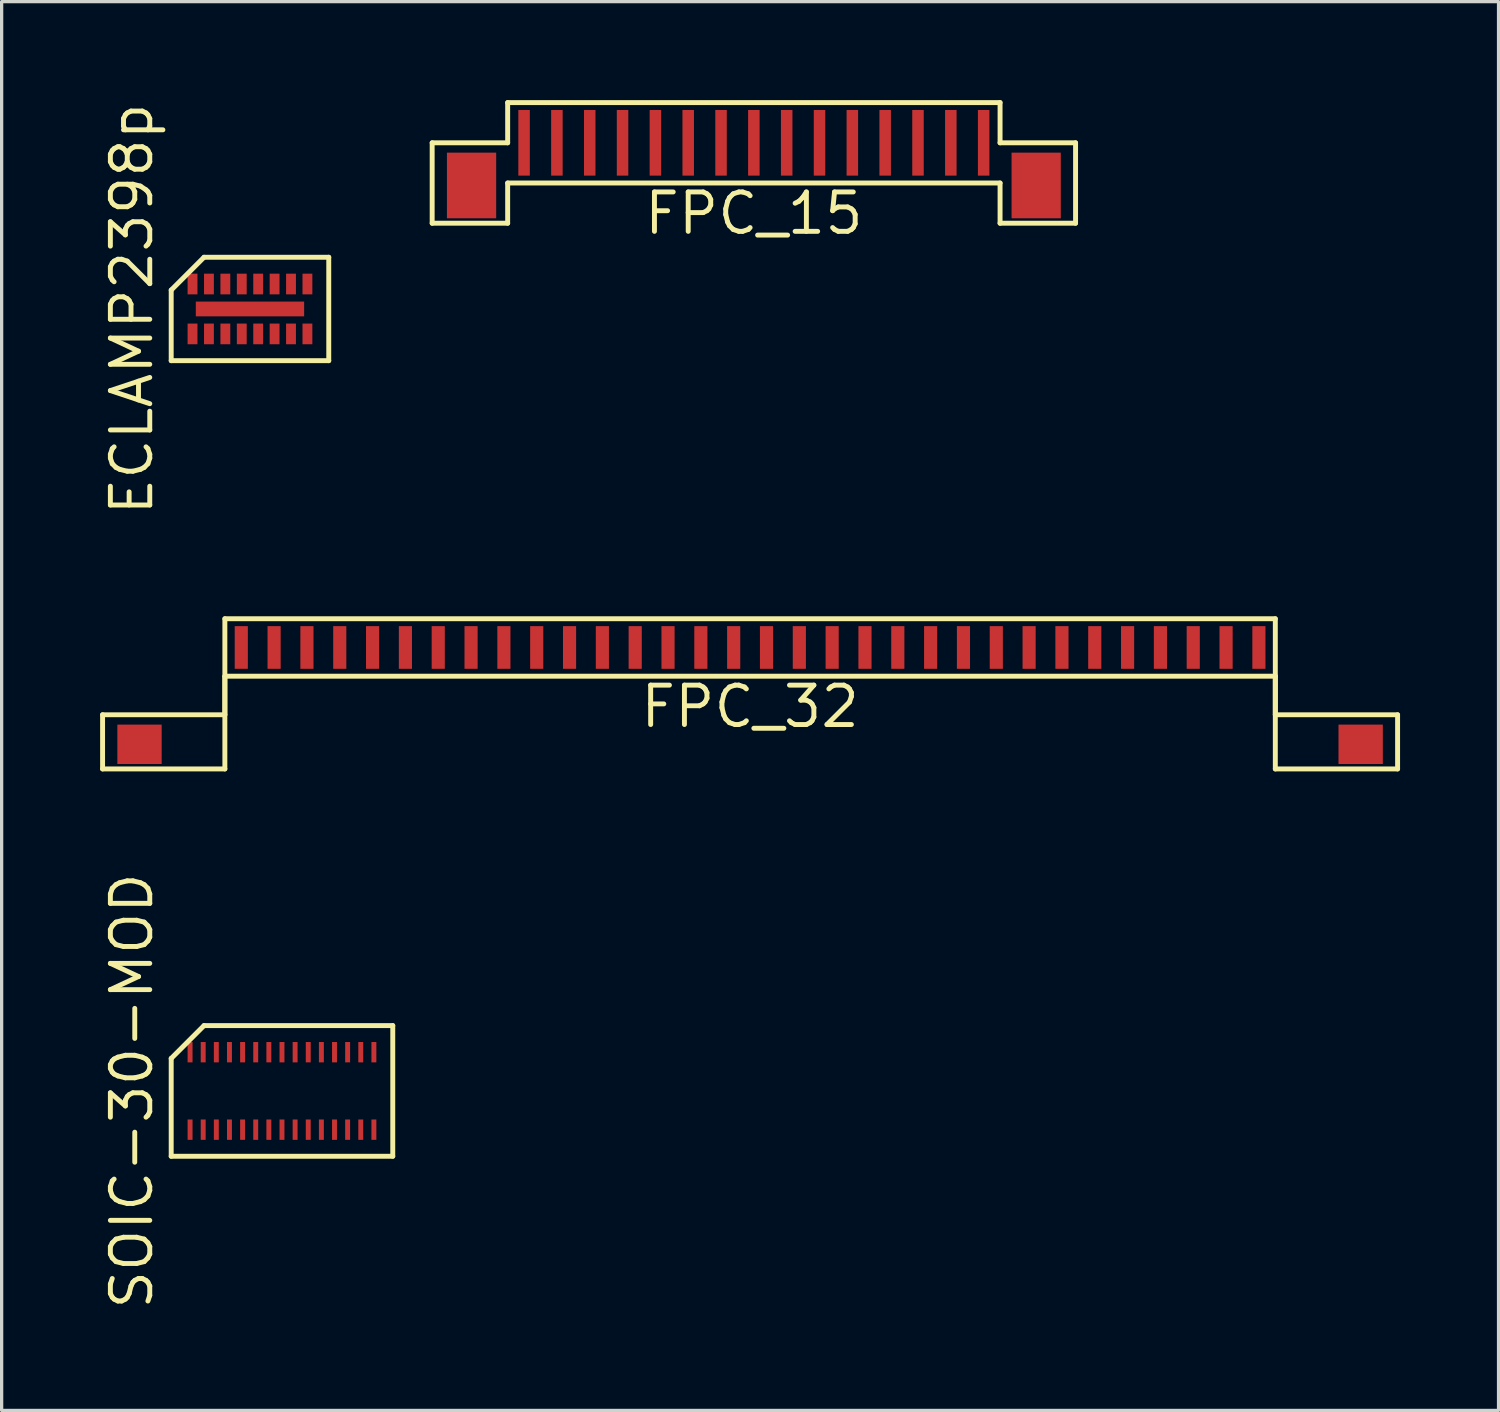
<source format=kicad_pcb>
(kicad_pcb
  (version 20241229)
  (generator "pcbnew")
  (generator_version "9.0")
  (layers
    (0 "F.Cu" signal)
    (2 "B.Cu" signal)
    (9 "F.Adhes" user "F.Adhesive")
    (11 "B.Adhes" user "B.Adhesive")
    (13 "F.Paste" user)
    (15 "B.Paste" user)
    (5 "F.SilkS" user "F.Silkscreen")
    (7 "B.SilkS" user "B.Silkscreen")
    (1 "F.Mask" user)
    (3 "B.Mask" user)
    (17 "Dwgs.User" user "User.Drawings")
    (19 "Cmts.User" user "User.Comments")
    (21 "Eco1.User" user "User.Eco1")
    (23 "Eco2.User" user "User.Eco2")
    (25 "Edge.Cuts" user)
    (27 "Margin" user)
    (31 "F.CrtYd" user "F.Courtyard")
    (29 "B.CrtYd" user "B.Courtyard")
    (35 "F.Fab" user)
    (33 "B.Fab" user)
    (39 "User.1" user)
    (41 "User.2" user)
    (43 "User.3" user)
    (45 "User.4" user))
  (footprint "FPC_15"
    (layer "F.Cu")
    (at 19.915 1.3)
    (property "Reference" "FPC_15" (at 0 2.15 0) (layer "F.SilkS") (effects (font (size 1.2 1.2) (thickness 0.15))))
    (attr through_hole)
    (fp_line (start -9.8 0) (end -7.5 0) (stroke (width 0.15) (type solid)) (layer "F.SilkS"))
    (fp_line (start -9.8 2.45) (end -9.8 0) (stroke (width 0.15) (type solid)) (layer "F.SilkS"))
    (fp_line (start -7.5 -1.225) (end 7.5 -1.225) (stroke (width 0.15) (type solid)) (layer "F.SilkS"))
    (fp_line (start -7.5 0) (end -7.5 -1.225) (stroke (width 0.15) (type solid)) (layer "F.SilkS"))
    (fp_line (start -7.5 1.225) (end -7.5 2.45) (stroke (width 0.15) (type solid)) (layer "F.SilkS"))
    (fp_line (start -7.5 1.225) (end 7.5 1.225) (stroke (width 0.15) (type solid)) (layer "F.SilkS"))
    (fp_line (start -7.5 2.45) (end -9.8 2.45) (stroke (width 0.15) (type solid)) (layer "F.SilkS"))
    (fp_line (start 7.5 0) (end 7.5 -1.225) (stroke (width 0.15) (type solid)) (layer "F.SilkS"))
    (fp_line (start 7.5 1.225) (end 7.5 2.45) (stroke (width 0.15) (type solid)) (layer "F.SilkS"))
    (fp_line (start 7.5 2.45) (end 9.8 2.45) (stroke (width 0.15) (type solid)) (layer "F.SilkS"))
    (fp_line (start 9.8 0) (end 7.5 0) (stroke (width 0.15) (type solid)) (layer "F.SilkS"))
    (fp_line (start 9.8 2.45) (end 9.8 0) (stroke (width 0.15) (type solid)) (layer "F.SilkS"))
    (pad "0" smd rect (at -8.6 1.3) (size 1.5 2) (layers "F.Cu" "F.Mask" "F.Paste"))
    (pad "0" smd rect (at 8.6 1.3) (size 1.5 2) (layers "F.Cu" "F.Mask" "F.Paste"))
    (pad "1" smd rect (at -7 0) (size 0.35 2) (layers "F.Cu" "F.Mask" "F.Paste"))
    (pad "2" smd rect (at -6 0) (size 0.35 2) (layers "F.Cu" "F.Mask" "F.Paste"))
    (pad "3" smd rect (at -5 0) (size 0.35 2) (layers "F.Cu" "F.Mask" "F.Paste"))
    (pad "4" smd rect (at -4 0) (size 0.35 2) (layers "F.Cu" "F.Mask" "F.Paste"))
    (pad "5" smd rect (at -3 0) (size 0.35 2) (layers "F.Cu" "F.Mask" "F.Paste"))
    (pad "6" smd rect (at -2 0) (size 0.35 2) (layers "F.Cu" "F.Mask" "F.Paste"))
    (pad "7" smd rect (at -1 0) (size 0.35 2) (layers "F.Cu" "F.Mask" "F.Paste"))
    (pad "8" smd rect (at 0 0) (size 0.35 2) (layers "F.Cu" "F.Mask" "F.Paste"))
    (pad "9" smd rect (at 1 0) (size 0.35 2) (layers "F.Cu" "F.Mask" "F.Paste"))
    (pad "10" smd rect (at 2 0) (size 0.35 2) (layers "F.Cu" "F.Mask" "F.Paste"))
    (pad "11" smd rect (at 3 0) (size 0.35 2) (layers "F.Cu" "F.Mask" "F.Paste"))
    (pad "12" smd rect (at 4 0) (size 0.35 2) (layers "F.Cu" "F.Mask" "F.Paste"))
    (pad "13" smd rect (at 5 0) (size 0.35 2) (layers "F.Cu" "F.Mask" "F.Paste"))
    (pad "14" smd rect (at 6 0) (size 0.35 2) (layers "F.Cu" "F.Mask" "F.Paste"))
    (pad "15" smd rect (at 7 0) (size 0.35 2) (layers "F.Cu" "F.Mask" "F.Paste")))
  (footprint "ECLAMP2398p"
    (layer "F.Cu")
    (at 4.565 6.362)
    (property "Reference" "ECLAMP2398p" (at -3.6 0 90) (layer "F.SilkS") (effects (font (size 1.2 1.2) (thickness 0.15))))
    (attr through_hole)
    (fp_line (start -2.4 -0.575) (end -2.4 1.575) (stroke (width 0.15) (type solid)) (layer "F.SilkS"))
    (fp_line (start -2.4 1.575) (end 2.4 1.575) (stroke (width 0.15) (type solid)) (layer "F.SilkS"))
    (fp_line (start -1.4 -1.575) (end -2.4 -0.575) (stroke (width 0.15) (type solid)) (layer "F.SilkS"))
    (fp_line (start 2.4 -1.575) (end -1.4 -1.575) (stroke (width 0.15) (type solid)) (layer "F.SilkS"))
    (fp_line (start 2.4 1.575) (end 2.4 -1.575) (stroke (width 0.15) (type solid)) (layer "F.SilkS"))
    (pad "1" smd rect (at -1.75 0.76) (size 0.3 0.63) (layers "F.Cu" "F.Mask" "F.Paste"))
    (pad "2" smd rect (at -1.25 0.76) (size 0.3 0.63) (layers "F.Cu" "F.Mask" "F.Paste"))
    (pad "3" smd rect (at -0.75 0.76) (size 0.3 0.63) (layers "F.Cu" "F.Mask" "F.Paste"))
    (pad "4" smd rect (at -0.25 0.76) (size 0.3 0.63) (layers "F.Cu" "F.Mask" "F.Paste"))
    (pad "5" smd rect (at 0.25 0.76) (size 0.3 0.63) (layers "F.Cu" "F.Mask" "F.Paste"))
    (pad "6" smd rect (at 0.75 0.76) (size 0.3 0.63) (layers "F.Cu" "F.Mask" "F.Paste"))
    (pad "7" smd rect (at 1.25 0.76) (size 0.3 0.63) (layers "F.Cu" "F.Mask" "F.Paste"))
    (pad "8" smd rect (at 1.75 0.76) (size 0.3 0.63) (layers "F.Cu" "F.Mask" "F.Paste"))
    (pad "9" smd rect (at 1.75 -0.76) (size 0.3 0.63) (layers "F.Cu" "F.Mask" "F.Paste"))
    (pad "10" smd rect (at 1.25 -0.76) (size 0.3 0.63) (layers "F.Cu" "F.Mask" "F.Paste"))
    (pad "11" smd rect (at 0.75 -0.76) (size 0.3 0.63) (layers "F.Cu" "F.Mask" "F.Paste"))
    (pad "12" smd rect (at 0.25 -0.76) (size 0.3 0.63) (layers "F.Cu" "F.Mask" "F.Paste"))
    (pad "13" smd rect (at -0.25 -0.76) (size 0.3 0.63) (layers "F.Cu" "F.Mask" "F.Paste"))
    (pad "14" smd rect (at -0.75 -0.76) (size 0.3 0.63) (layers "F.Cu" "F.Mask" "F.Paste"))
    (pad "15" smd rect (at -1.25 -0.76) (size 0.3 0.63) (layers "F.Cu" "F.Mask" "F.Paste"))
    (pad "16" smd rect (at -1.75 -0.76) (size 0.3 0.63) (layers "F.Cu" "F.Mask" "F.Paste"))
    (pad "GND" smd rect (at 0 0) (size 3.3 0.45) (layers "F.Cu" "F.Mask" "F.Paste")))
  (footprint "SOIC-30-MOD"
    (layer "F.Cu")
    (at 5.54 30.183)
    (property "Reference" "SOIC-30-MOD" (at -4.575 0 90) (layer "F.SilkS") (effects (font (size 1.2 1.2) (thickness 0.15))))
    (attr through_hole)
    (fp_line (start -3.375 -0.99) (end -3.375 1.99) (stroke (width 0.15) (type solid)) (layer "F.SilkS"))
    (fp_line (start -3.375 1.99) (end 3.375 1.99) (stroke (width 0.15) (type solid)) (layer "F.SilkS"))
    (fp_line (start -2.375 -1.99) (end -3.375 -0.99) (stroke (width 0.15) (type solid)) (layer "F.SilkS"))
    (fp_line (start 3.375 -1.99) (end -2.375 -1.99) (stroke (width 0.15) (type solid)) (layer "F.SilkS"))
    (fp_line (start 3.375 1.99) (end 3.375 -1.99) (stroke (width 0.15) (type solid)) (layer "F.SilkS"))
    (pad "1" smd rect (at -2.8 1.18) (size 0.15 0.62) (layers "F.Cu" "F.Mask" "F.Paste"))
    (pad "2" smd rect (at -2.8 -1.18) (size 0.15 0.62) (layers "F.Cu" "F.Mask" "F.Paste"))
    (pad "3" smd rect (at -2.4 1.18) (size 0.15 0.62) (layers "F.Cu" "F.Mask" "F.Paste"))
    (pad "4" smd rect (at -2.4 -1.18) (size 0.15 0.62) (layers "F.Cu" "F.Mask" "F.Paste"))
    (pad "5" smd rect (at -2 1.18) (size 0.15 0.62) (layers "F.Cu" "F.Mask" "F.Paste"))
    (pad "6" smd rect (at -2 -1.18) (size 0.15 0.62) (layers "F.Cu" "F.Mask" "F.Paste"))
    (pad "7" smd rect (at -1.6 1.18) (size 0.15 0.62) (layers "F.Cu" "F.Mask" "F.Paste"))
    (pad "8" smd rect (at -1.6 -1.18) (size 0.15 0.62) (layers "F.Cu" "F.Mask" "F.Paste"))
    (pad "9" smd rect (at -1.2 1.18) (size 0.15 0.62) (layers "F.Cu" "F.Mask" "F.Paste"))
    (pad "10" smd rect (at -1.2 -1.18) (size 0.15 0.62) (layers "F.Cu" "F.Mask" "F.Paste"))
    (pad "11" smd rect (at -0.8 1.18) (size 0.15 0.62) (layers "F.Cu" "F.Mask" "F.Paste"))
    (pad "12" smd rect (at -0.8 -1.18) (size 0.15 0.62) (layers "F.Cu" "F.Mask" "F.Paste"))
    (pad "13" smd rect (at -0.4 1.18) (size 0.15 0.62) (layers "F.Cu" "F.Mask" "F.Paste"))
    (pad "14" smd rect (at -0.4 -1.18) (size 0.15 0.62) (layers "F.Cu" "F.Mask" "F.Paste"))
    (pad "15" smd rect (at 0 1.18) (size 0.15 0.62) (layers "F.Cu" "F.Mask" "F.Paste"))
    (pad "16" smd rect (at 0 -1.18) (size 0.15 0.62) (layers "F.Cu" "F.Mask" "F.Paste"))
    (pad "17" smd rect (at 0.4 1.18) (size 0.15 0.62) (layers "F.Cu" "F.Mask" "F.Paste"))
    (pad "18" smd rect (at 0.4 -1.18) (size 0.15 0.62) (layers "F.Cu" "F.Mask" "F.Paste"))
    (pad "19" smd rect (at 0.8 1.18) (size 0.15 0.62) (layers "F.Cu" "F.Mask" "F.Paste"))
    (pad "20" smd rect (at 0.8 -1.18) (size 0.15 0.62) (layers "F.Cu" "F.Mask" "F.Paste"))
    (pad "21" smd rect (at 1.2 1.18) (size 0.15 0.62) (layers "F.Cu" "F.Mask" "F.Paste"))
    (pad "22" smd rect (at 1.2 -1.18) (size 0.15 0.62) (layers "F.Cu" "F.Mask" "F.Paste"))
    (pad "23" smd rect (at 1.6 1.18) (size 0.15 0.62) (layers "F.Cu" "F.Mask" "F.Paste"))
    (pad "24" smd rect (at 1.6 -1.18) (size 0.15 0.62) (layers "F.Cu" "F.Mask" "F.Paste"))
    (pad "25" smd rect (at 2 1.18) (size 0.15 0.62) (layers "F.Cu" "F.Mask" "F.Paste"))
    (pad "26" smd rect (at 2 -1.18) (size 0.15 0.62) (layers "F.Cu" "F.Mask" "F.Paste"))
    (pad "27" smd rect (at 2.4 1.18) (size 0.15 0.62) (layers "F.Cu" "F.Mask" "F.Paste"))
    (pad "28" smd rect (at 2.4 -1.18) (size 0.15 0.62) (layers "F.Cu" "F.Mask" "F.Paste"))
    (pad "29" smd rect (at 2.8 1.18) (size 0.15 0.62) (layers "F.Cu" "F.Mask" "F.Paste"))
    (pad "30" smd rect (at 2.8 -1.18) (size 0.15 0.62) (layers "F.Cu" "F.Mask" "F.Paste")))
  (footprint "FPC_32"
    (layer "F.Cu")
    (at 19.8 16.674)
    (property "Reference" "FPC_32" (at 0 1.8 0) (layer "F.SilkS") (effects (font (size 1.2 1.2) (thickness 0.15))))
    (attr through_hole)
    (fp_line (start -19.725 2.05) (end -16 2.05) (stroke (width 0.15) (type solid)) (layer "F.SilkS"))
    (fp_line (start -19.725 3.7) (end -19.725 2.05) (stroke (width 0.15) (type solid)) (layer "F.SilkS"))
    (fp_line (start -16 -0.875) (end 16 -0.875) (stroke (width 0.15) (type solid)) (layer "F.SilkS"))
    (fp_line (start -16 0.875) (end -16 3.7) (stroke (width 0.15) (type solid)) (layer "F.SilkS"))
    (fp_line (start -16 0.875) (end 16 0.875) (stroke (width 0.15) (type solid)) (layer "F.SilkS"))
    (fp_line (start -16 2.05) (end -16 -0.875) (stroke (width 0.15) (type solid)) (layer "F.SilkS"))
    (fp_line (start -16 3.7) (end -19.725 3.7) (stroke (width 0.15) (type solid)) (layer "F.SilkS"))
    (fp_line (start 16 0.875) (end 16 3.7) (stroke (width 0.15) (type solid)) (layer "F.SilkS"))
    (fp_line (start 16 2.05) (end 16 -0.875) (stroke (width 0.15) (type solid)) (layer "F.SilkS"))
    (fp_line (start 16 3.7) (end 19.725 3.7) (stroke (width 0.15) (type solid)) (layer "F.SilkS"))
    (fp_line (start 19.725 2.05) (end 16 2.05) (stroke (width 0.15) (type solid)) (layer "F.SilkS"))
    (fp_line (start 19.725 3.7) (end 19.725 2.05) (stroke (width 0.15) (type solid)) (layer "F.SilkS"))
    (pad "0" smd rect (at -18.6 2.95) (size 1.35 1.2) (layers "F.Cu" "F.Mask" "F.Paste"))
    (pad "0" smd rect (at 18.6 2.95) (size 1.35 1.2) (layers "F.Cu" "F.Mask" "F.Paste"))
    (pad "1" smd rect (at -15.5 0) (size 0.4 1.3) (layers "F.Cu" "F.Mask" "F.Paste"))
    (pad "2" smd rect (at -14.5 0) (size 0.4 1.3) (layers "F.Cu" "F.Mask" "F.Paste"))
    (pad "3" smd rect (at -13.5 0) (size 0.4 1.3) (layers "F.Cu" "F.Mask" "F.Paste"))
    (pad "4" smd rect (at -12.5 0) (size 0.4 1.3) (layers "F.Cu" "F.Mask" "F.Paste"))
    (pad "5" smd rect (at -11.5 0) (size 0.4 1.3) (layers "F.Cu" "F.Mask" "F.Paste"))
    (pad "6" smd rect (at -10.5 0) (size 0.4 1.3) (layers "F.Cu" "F.Mask" "F.Paste"))
    (pad "7" smd rect (at -9.5 0) (size 0.4 1.3) (layers "F.Cu" "F.Mask" "F.Paste"))
    (pad "8" smd rect (at -8.5 0) (size 0.4 1.3) (layers "F.Cu" "F.Mask" "F.Paste"))
    (pad "9" smd rect (at -7.5 0) (size 0.4 1.3) (layers "F.Cu" "F.Mask" "F.Paste"))
    (pad "10" smd rect (at -6.5 0) (size 0.4 1.3) (layers "F.Cu" "F.Mask" "F.Paste"))
    (pad "11" smd rect (at -5.5 0) (size 0.4 1.3) (layers "F.Cu" "F.Mask" "F.Paste"))
    (pad "12" smd rect (at -4.5 0) (size 0.4 1.3) (layers "F.Cu" "F.Mask" "F.Paste"))
    (pad "13" smd rect (at -3.5 0) (size 0.4 1.3) (layers "F.Cu" "F.Mask" "F.Paste"))
    (pad "14" smd rect (at -2.5 0) (size 0.4 1.3) (layers "F.Cu" "F.Mask" "F.Paste"))
    (pad "15" smd rect (at -1.5 0) (size 0.4 1.3) (layers "F.Cu" "F.Mask" "F.Paste"))
    (pad "16" smd rect (at -0.5 0) (size 0.4 1.3) (layers "F.Cu" "F.Mask" "F.Paste"))
    (pad "17" smd rect (at 0.5 0) (size 0.4 1.3) (layers "F.Cu" "F.Mask" "F.Paste"))
    (pad "18" smd rect (at 1.5 0) (size 0.4 1.3) (layers "F.Cu" "F.Mask" "F.Paste"))
    (pad "19" smd rect (at 2.5 0) (size 0.4 1.3) (layers "F.Cu" "F.Mask" "F.Paste"))
    (pad "20" smd rect (at 3.5 0) (size 0.4 1.3) (layers "F.Cu" "F.Mask" "F.Paste"))
    (pad "21" smd rect (at 4.5 0) (size 0.4 1.3) (layers "F.Cu" "F.Mask" "F.Paste"))
    (pad "22" smd rect (at 5.5 0) (size 0.4 1.3) (layers "F.Cu" "F.Mask" "F.Paste"))
    (pad "23" smd rect (at 6.5 0) (size 0.4 1.3) (layers "F.Cu" "F.Mask" "F.Paste"))
    (pad "24" smd rect (at 7.5 0) (size 0.4 1.3) (layers "F.Cu" "F.Mask" "F.Paste"))
    (pad "25" smd rect (at 8.5 0) (size 0.4 1.3) (layers "F.Cu" "F.Mask" "F.Paste"))
    (pad "26" smd rect (at 9.5 0) (size 0.4 1.3) (layers "F.Cu" "F.Mask" "F.Paste"))
    (pad "27" smd rect (at 10.5 0) (size 0.4 1.3) (layers "F.Cu" "F.Mask" "F.Paste"))
    (pad "28" smd rect (at 11.5 0) (size 0.4 1.3) (layers "F.Cu" "F.Mask" "F.Paste"))
    (pad "29" smd rect (at 12.5 0) (size 0.4 1.3) (layers "F.Cu" "F.Mask" "F.Paste"))
    (pad "30" smd rect (at 13.5 0) (size 0.4 1.3) (layers "F.Cu" "F.Mask" "F.Paste"))
    (pad "31" smd rect (at 14.5 0) (size 0.4 1.3) (layers "F.Cu" "F.Mask" "F.Paste"))
    (pad "32" smd rect (at 15.5 0) (size 0.4 1.3) (layers "F.Cu" "F.Mask" "F.Paste")))
  (gr_rect
    (start -3 -3)
    (end 42.6 39.916)
    (stroke (width 0.1) (type default))
    (fill no)
    (layer "Edge.Cuts")))
</source>
